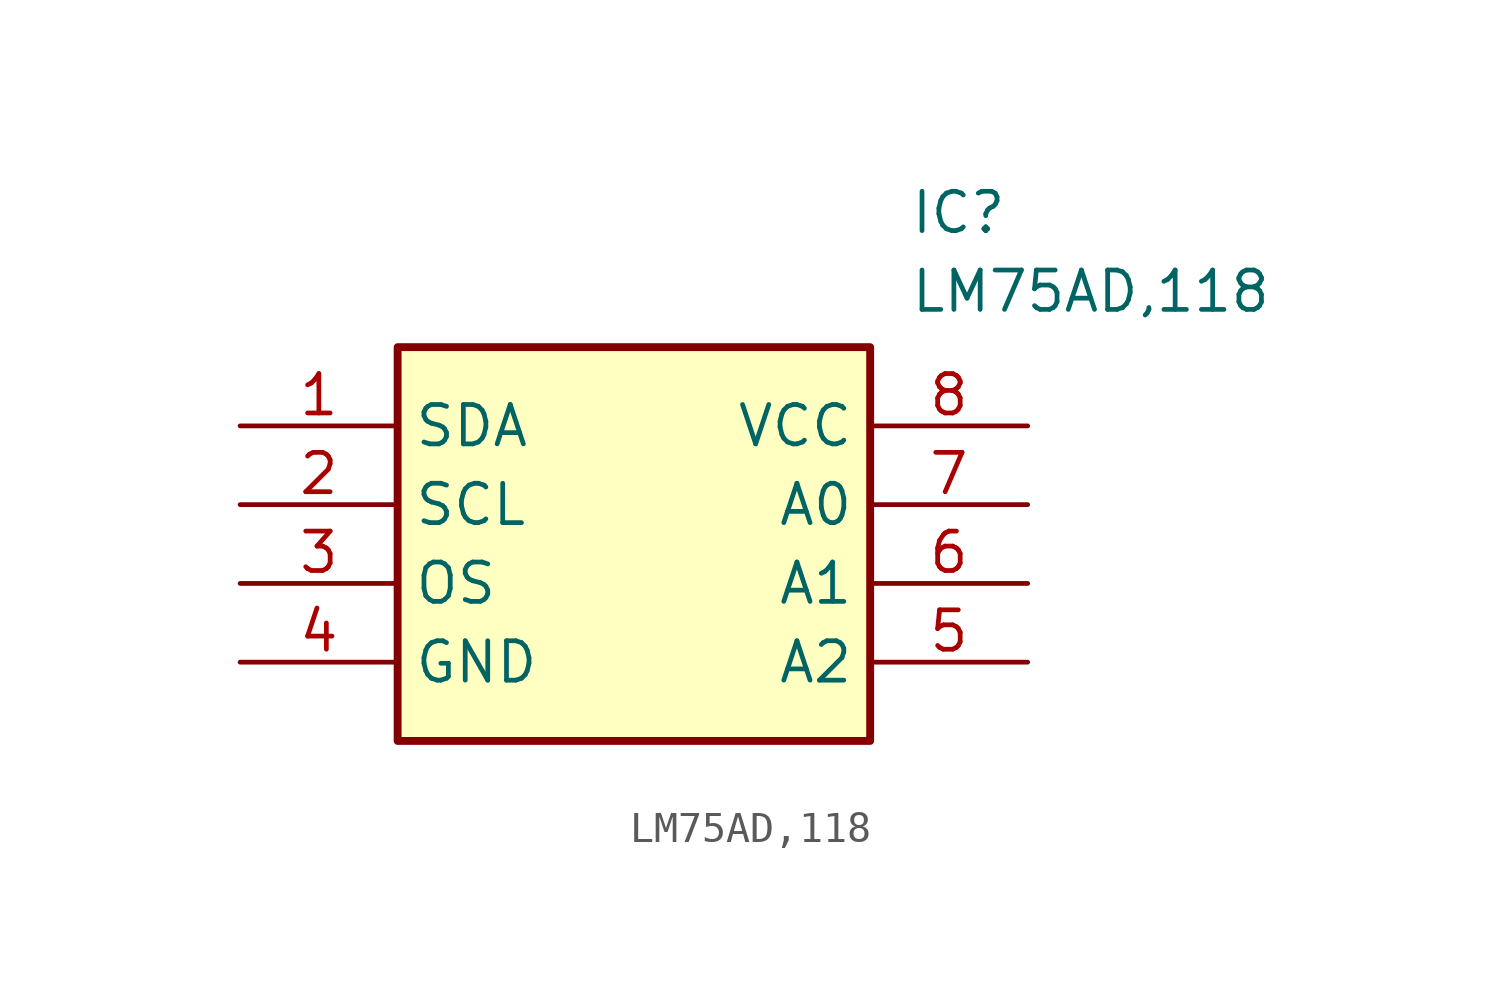
<source format=kicad_sym>
(kicad_symbol_lib
  (version 20220914)
  (generator SamacSys_ECAD_Model)
  (symbol "LM75AD,118"
    (property "Reference" "IC"
      (at 21.59 7.62 0)
      (effects (font (size 1.27 1.27)) (justify left top)))
    (property "Value" "LM75AD,118"
      (at 21.59 5.08 0)
      (effects (font (size 1.27 1.27)) (justify left top)))
    (rectangle
      (start 5.08 2.54)
      (end 20.32 -10.16)
      (stroke (width 0.254) (type default))
      (fill (type background)))
    (pin passive line
      (at 0 0 0)
      (length 5.08)
      (name "SDA" (effects (font (size 1.27 1.27))))
      (number "1" (effects (font (size 1.27 1.27)))))
    (pin passive line
      (at 0 -2.54 0)
      (length 5.08)
      (name "SCL" (effects (font (size 1.27 1.27))))
      (number "2" (effects (font (size 1.27 1.27)))))
    (pin passive line
      (at 0 -5.08 0)
      (length 5.08)
      (name "OS" (effects (font (size 1.27 1.27))))
      (number "3" (effects (font (size 1.27 1.27)))))
    (pin passive line
      (at 0 -7.62 0)
      (length 5.08)
      (name "GND" (effects (font (size 1.27 1.27))))
      (number "4" (effects (font (size 1.27 1.27)))))
    (pin passive line
      (at 25.4 0 180)
      (length 5.08)
      (name "VCC" (effects (font (size 1.27 1.27))))
      (number "8" (effects (font (size 1.27 1.27)))))
    (pin passive line
      (at 25.4 -2.54 180)
      (length 5.08)
      (name "A0" (effects (font (size 1.27 1.27))))
      (number "7" (effects (font (size 1.27 1.27)))))
    (pin passive line
      (at 25.4 -5.08 180)
      (length 5.08)
      (name "A1" (effects (font (size 1.27 1.27))))
      (number "6" (effects (font (size 1.27 1.27)))))
    (pin passive line
      (at 25.4 -7.62 180)
      (length 5.08)
      (name "A2" (effects (font (size 1.27 1.27))))
      (number "5" (effects (font (size 1.27 1.27)))))))
</source>
